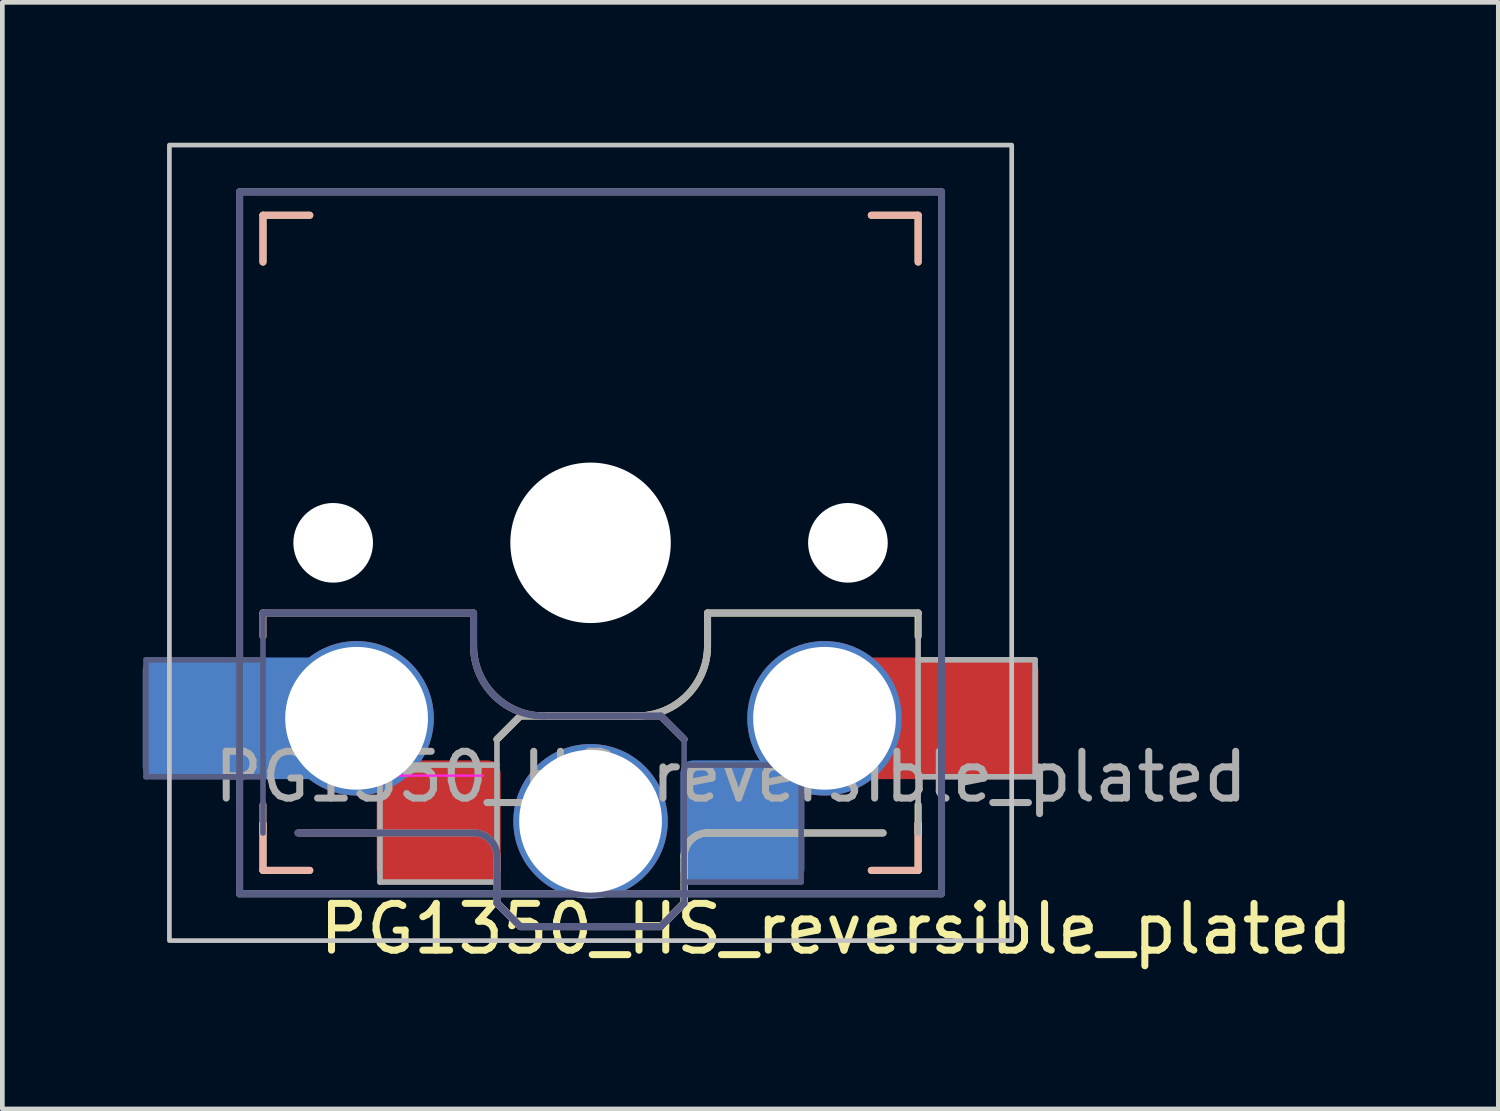
<source format=kicad_pcb>
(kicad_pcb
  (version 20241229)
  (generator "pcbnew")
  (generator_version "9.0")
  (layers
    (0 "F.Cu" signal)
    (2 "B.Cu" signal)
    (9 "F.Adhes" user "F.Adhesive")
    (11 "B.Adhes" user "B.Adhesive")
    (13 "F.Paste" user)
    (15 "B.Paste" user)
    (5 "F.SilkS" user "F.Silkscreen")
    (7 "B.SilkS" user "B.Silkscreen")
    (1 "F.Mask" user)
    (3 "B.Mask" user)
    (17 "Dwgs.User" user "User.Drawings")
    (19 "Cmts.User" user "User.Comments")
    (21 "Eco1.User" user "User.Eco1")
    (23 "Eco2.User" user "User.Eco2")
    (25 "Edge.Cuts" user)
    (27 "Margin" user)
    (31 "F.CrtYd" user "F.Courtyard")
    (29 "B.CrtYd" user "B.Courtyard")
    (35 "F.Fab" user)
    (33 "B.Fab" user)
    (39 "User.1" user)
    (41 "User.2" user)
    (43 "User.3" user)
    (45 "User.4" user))
  (footprint "PG1350_HS_reversible_plated"
    (layer "F.Cu")
    (at 9.57 8.55)
    (property "Reference" "PG1350_HS_reversible_plated" (at 5.25 8.25 0) (layer "F.SilkS") (effects (font (size 1 1) (thickness 0.15))))
    (attr smd)
    (fp_line (start -7 -7) (end -6 -7) (stroke (width 0.15) (type solid)) (layer "F.SilkS"))
    (fp_line (start -7 -6) (end -7 -7) (stroke (width 0.15) (type solid)) (layer "F.SilkS"))
    (fp_line (start -7 7) (end -7 6) (stroke (width 0.15) (type solid)) (layer "F.SilkS"))
    (fp_line (start -6 7) (end -7 7) (stroke (width 0.15) (type solid)) (layer "F.SilkS"))
    (fp_line (start -2 4.2) (end -1.5 3.7) (stroke (width 0.15) (type solid)) (layer "F.SilkS"))
    (fp_line (start -2 7.7) (end -1.5 8.2) (stroke (width 0.15) (type solid)) (layer "F.SilkS"))
    (fp_line (start -1.5 3.7) (end 1 3.7) (stroke (width 0.15) (type solid)) (layer "F.SilkS"))
    (fp_line (start -1.5 8.2) (end 1.5 8.2) (stroke (width 0.15) (type solid)) (layer "F.SilkS"))
    (fp_line (start 1.5 8.2) (end 2 7.7) (stroke (width 0.15) (type solid)) (layer "F.SilkS"))
    (fp_line (start 2 6.7) (end 2 7.7) (stroke (width 0.15) (type solid)) (layer "F.SilkS"))
    (fp_line (start 2.5 1.5) (end 7 1.5) (stroke (width 0.15) (type solid)) (layer "F.SilkS"))
    (fp_line (start 2.5 2.2) (end 2.5 1.5) (stroke (width 0.15) (type solid)) (layer "F.SilkS"))
    (fp_line (start 6 -7) (end 7 -7) (stroke (width 0.15) (type solid)) (layer "F.SilkS"))
    (fp_line (start 6.25 6.2) (end 2.5 6.2) (stroke (width 0.15) (type solid)) (layer "F.SilkS"))
    (fp_line (start 7 -7) (end 7 -6) (stroke (width 0.15) (type solid)) (layer "F.SilkS"))
    (fp_line (start 7 1.5) (end 7 2) (stroke (width 0.15) (type solid)) (layer "F.SilkS"))
    (fp_line (start 7 5.6) (end 7 6.2) (stroke (width 0.15) (type solid)) (layer "F.SilkS"))
    (fp_line (start 7 6) (end 7 7) (stroke (width 0.15) (type solid)) (layer "F.SilkS"))
    (fp_line (start 7 7) (end 6 7) (stroke (width 0.15) (type solid)) (layer "F.SilkS"))
    (fp_arc (start 2 6.7) (mid 2.146447 6.346447) (end 2.5 6.2) (stroke (width 0.15) (type solid)) (layer "F.SilkS"))
    (fp_arc (start 2.5 2.2) (mid 2.06066 3.26066) (end 1 3.7) (stroke (width 0.15) (type solid)) (layer "F.SilkS"))
    (fp_line (start -7 -7) (end -6 -7) (stroke (width 0.15) (type solid)) (layer "B.SilkS"))
    (fp_line (start -7 -6) (end -7 -7) (stroke (width 0.15) (type solid)) (layer "B.SilkS"))
    (fp_line (start -7 1.5) (end -7 2) (stroke (width 0.15) (type solid)) (layer "B.SilkS"))
    (fp_line (start -7 5.6) (end -7 6.2) (stroke (width 0.15) (type solid)) (layer "B.SilkS"))
    (fp_line (start -7 7) (end -7 6) (stroke (width 0.15) (type solid)) (layer "B.SilkS"))
    (fp_line (start -6.25 6.2) (end -2.5 6.2) (stroke (width 0.15) (type solid)) (layer "B.SilkS"))
    (fp_line (start -6 7) (end -7 7) (stroke (width 0.15) (type solid)) (layer "B.SilkS"))
    (fp_line (start -2.5 1.5) (end -7 1.5) (stroke (width 0.15) (type solid)) (layer "B.SilkS"))
    (fp_line (start -2.5 2.2) (end -2.5 1.5) (stroke (width 0.15) (type solid)) (layer "B.SilkS"))
    (fp_line (start -2 6.7) (end -2 7.7) (stroke (width 0.15) (type solid)) (layer "B.SilkS"))
    (fp_line (start -1.5 8.2) (end -2 7.7) (stroke (width 0.15) (type solid)) (layer "B.SilkS"))
    (fp_line (start 1.5 3.7) (end -1 3.7) (stroke (width 0.15) (type solid)) (layer "B.SilkS"))
    (fp_line (start 1.5 8.2) (end -1.5 8.2) (stroke (width 0.15) (type solid)) (layer "B.SilkS"))
    (fp_line (start 2 4.2) (end 1.5 3.7) (stroke (width 0.15) (type solid)) (layer "B.SilkS"))
    (fp_line (start 2 7.7) (end 1.5 8.2) (stroke (width 0.15) (type solid)) (layer "B.SilkS"))
    (fp_line (start 6 -7) (end 7 -7) (stroke (width 0.15) (type solid)) (layer "B.SilkS"))
    (fp_line (start 7 -7) (end 7 -6) (stroke (width 0.15) (type solid)) (layer "B.SilkS"))
    (fp_line (start 7 6) (end 7 7) (stroke (width 0.15) (type solid)) (layer "B.SilkS"))
    (fp_line (start 7 7) (end 6 7) (stroke (width 0.15) (type solid)) (layer "B.SilkS"))
    (fp_arc (start -2.5 6.2) (mid -2.146447 6.346447) (end -2 6.7) (stroke (width 0.15) (type solid)) (layer "B.SilkS"))
    (fp_arc (start -1 3.7) (mid -2.06066 3.26066) (end -2.5 2.2) (stroke (width 0.15) (type solid)) (layer "B.SilkS"))
    (fp_rect (start -9 -8.5) (end 9 8.5) (stroke (width 0.1) (type default)) (fill no) (layer "Dwgs.User"))
    (fp_line (start -6.9 6.9) (end -6.9 -6.9) (stroke (width 0.15) (type solid)) (layer "Eco2.User"))
    (fp_line (start -6.9 6.9) (end 6.9 6.9) (stroke (width 0.15) (type solid)) (layer "Eco2.User"))
    (fp_line (start -2.6 -3.1) (end -2.6 -6.3) (stroke (width 0.15) (type solid)) (layer "Eco2.User"))
    (fp_line (start -2.6 -3.1) (end 2.6 -3.1) (stroke (width 0.15) (type solid)) (layer "Eco2.User"))
    (fp_line (start 2.6 -6.3) (end -2.6 -6.3) (stroke (width 0.15) (type solid)) (layer "Eco2.User"))
    (fp_line (start 2.6 -3.1) (end 2.6 -6.3) (stroke (width 0.15) (type solid)) (layer "Eco2.User"))
    (fp_line (start 6.9 -6.9) (end -6.9 -6.9) (stroke (width 0.15) (type solid)) (layer "Eco2.User"))
    (fp_line (start 6.9 -6.9) (end 6.9 6.9) (stroke (width 0.15) (type solid)) (layer "Eco2.User"))
    (fp_line (start -4.104 4.975) (end -2.3 4.975) (stroke (width 0.05) (type solid)) (layer "F.CrtYd"))
    (fp_line (start -9.5 2.5) (end -7 2.5) (stroke (width 0.12) (type solid)) (layer "B.Fab"))
    (fp_line (start -9.5 5) (end -9.5 2.5) (stroke (width 0.12) (type solid)) (layer "B.Fab"))
    (fp_line (start -7.5 -7.5) (end 7.5 -7.5) (stroke (width 0.15) (type solid)) (layer "B.Fab"))
    (fp_line (start -7.5 7.5) (end -7.5 -7.5) (stroke (width 0.15) (type solid)) (layer "B.Fab"))
    (fp_line (start -7 1.5) (end -7 6.2) (stroke (width 0.12) (type solid)) (layer "B.Fab"))
    (fp_line (start -7 5) (end -9.5 5) (stroke (width 0.12) (type solid)) (layer "B.Fab"))
    (fp_line (start -6.25 6.2) (end -2.5 6.2) (stroke (width 0.15) (type solid)) (layer "B.Fab"))
    (fp_line (start -2.5 1.5) (end -7 1.5) (stroke (width 0.15) (type solid)) (layer "B.Fab"))
    (fp_line (start -2.5 2.2) (end -2.5 1.5) (stroke (width 0.15) (type solid)) (layer "B.Fab"))
    (fp_line (start -2 6.7) (end -2 7.7) (stroke (width 0.15) (type solid)) (layer "B.Fab"))
    (fp_line (start -1.5 8.2) (end -2 7.7) (stroke (width 0.15) (type solid)) (layer "B.Fab"))
    (fp_line (start 1.5 3.7) (end -1 3.7) (stroke (width 0.15) (type solid)) (layer "B.Fab"))
    (fp_line (start 1.5 8.2) (end -1.5 8.2) (stroke (width 0.15) (type solid)) (layer "B.Fab"))
    (fp_line (start 2 4.2) (end 1.5 3.7) (stroke (width 0.15) (type solid)) (layer "B.Fab"))
    (fp_line (start 2 4.25) (end 2 7.7) (stroke (width 0.12) (type solid)) (layer "B.Fab"))
    (fp_line (start 2 4.75) (end 4.5 4.75) (stroke (width 0.12) (type solid)) (layer "B.Fab"))
    (fp_line (start 2 7.7) (end 1.5 8.2) (stroke (width 0.15) (type solid)) (layer "B.Fab"))
    (fp_line (start 4.5 4.75) (end 4.5 7.25) (stroke (width 0.12) (type solid)) (layer "B.Fab"))
    (fp_line (start 4.5 7.25) (end 2 7.25) (stroke (width 0.12) (type solid)) (layer "B.Fab"))
    (fp_line (start 7.5 -7.5) (end 7.5 7.5) (stroke (width 0.15) (type solid)) (layer "B.Fab"))
    (fp_line (start 7.5 7.5) (end -7.5 7.5) (stroke (width 0.15) (type solid)) (layer "B.Fab"))
    (fp_arc (start -2.5 6.2) (mid -2.146447 6.346447) (end -2 6.7) (stroke (width 0.15) (type solid)) (layer "B.Fab"))
    (fp_arc (start -1 3.7) (mid -2.06066 3.26066) (end -2.5 2.2) (stroke (width 0.15) (type solid)) (layer "B.Fab"))
    (fp_line (start -7.5 -7.5) (end 7.5 -7.5) (stroke (width 0.15) (type solid)) (layer "F.Fab"))
    (fp_line (start -7.5 7.5) (end -7.5 -7.5) (stroke (width 0.15) (type solid)) (layer "F.Fab"))
    (fp_line (start -4.5 4.75) (end -4.5 7.25) (stroke (width 0.12) (type solid)) (layer "F.Fab"))
    (fp_line (start -4.5 7.25) (end -2 7.25) (stroke (width 0.12) (type solid)) (layer "F.Fab"))
    (fp_line (start -2 4.2) (end -1.5 3.7) (stroke (width 0.15) (type solid)) (layer "F.Fab"))
    (fp_line (start -2 4.25) (end -2 7.7) (stroke (width 0.12) (type solid)) (layer "F.Fab"))
    (fp_line (start -2 4.75) (end -4.5 4.75) (stroke (width 0.12) (type solid)) (layer "F.Fab"))
    (fp_line (start -2 7.7) (end -1.5 8.2) (stroke (width 0.15) (type solid)) (layer "F.Fab"))
    (fp_line (start -1.5 3.7) (end 1 3.7) (stroke (width 0.15) (type solid)) (layer "F.Fab"))
    (fp_line (start -1.5 8.2) (end 1.5 8.2) (stroke (width 0.15) (type solid)) (layer "F.Fab"))
    (fp_line (start 1.5 8.2) (end 2 7.7) (stroke (width 0.15) (type solid)) (layer "F.Fab"))
    (fp_line (start 2 6.7) (end 2 7.7) (stroke (width 0.15) (type solid)) (layer "F.Fab"))
    (fp_line (start 2.5 1.5) (end 7 1.5) (stroke (width 0.15) (type solid)) (layer "F.Fab"))
    (fp_line (start 2.5 2.2) (end 2.5 1.5) (stroke (width 0.15) (type solid)) (layer "F.Fab"))
    (fp_line (start 6.25 6.2) (end 2.5 6.2) (stroke (width 0.15) (type solid)) (layer "F.Fab"))
    (fp_line (start 7 1.5) (end 7 6.2) (stroke (width 0.12) (type solid)) (layer "F.Fab"))
    (fp_line (start 7 5) (end 9.5 5) (stroke (width 0.12) (type solid)) (layer "F.Fab"))
    (fp_line (start 7.5 -7.5) (end 7.5 7.5) (stroke (width 0.15) (type solid)) (layer "F.Fab"))
    (fp_line (start 7.5 7.5) (end -7.5 7.5) (stroke (width 0.15) (type solid)) (layer "F.Fab"))
    (fp_line (start 9.5 2.5) (end 7 2.5) (stroke (width 0.12) (type solid)) (layer "F.Fab"))
    (fp_line (start 9.5 5) (end 9.5 2.5) (stroke (width 0.12) (type solid)) (layer "F.Fab"))
    (fp_arc (start 2 6.7) (mid 2.146447 6.346447) (end 2.5 6.2) (stroke (width 0.15) (type solid)) (layer "F.Fab"))
    (fp_arc (start 2.5 2.2) (mid 2.06066 3.26066) (end 1 3.7) (stroke (width 0.15) (type solid)) (layer "F.Fab"))
    (fp_text user "${REFERENCE}" (at 3 5 180) (layer "F.Fab") (effects (font (size 1 1) (thickness 0.15))))
    (pad "" np_thru_hole circle (at -5.5 0) (size 1.702 1.702) (drill 1.702) (layers "*.Cu" "*.Mask"))
    (pad "" np_thru_hole circle (at 0 0) (size 3.429 3.429) (drill 3.429) (layers "*.Cu" "*.Mask"))
    (pad "" thru_hole circle (at 0 5.95) (size 3.3 3.3) (drill 3.05) (layers "*.Cu" "*.Mask"))
    (pad "" np_thru_hole circle (at 5.5 0) (size 1.702 1.702) (drill 1.702) (layers "*.Cu" "*.Mask"))
    (pad "1" smd roundrect (at 3.245 5.95) (size 2.65 2.6) (layers "B.Cu" "B.Mask" "B.Paste") (roundrect_rratio 0.1))
    (pad "1" thru_hole circle (at 5 3.75) (size 3.3 3.3) (drill 3.05) (layers "*.Cu" "F.Mask"))
    (pad "1" smd rect (at 6.55 3.75) (size 1.2 2.6) (layers "F.Cu"))
    (pad "1" smd roundrect (at 8.245 3.75) (size 2.65 2.6) (layers "F.Cu" "F.Mask" "F.Paste") (roundrect_rratio 0.1))
    (pad "2" smd roundrect (at -8.245 3.75) (size 2.65 2.6) (layers "B.Cu" "B.Mask" "B.Paste") (roundrect_rratio 0.1))
    (pad "2" smd rect (at -6.55 3.75) (size 1.2 2.6) (layers "B.Cu"))
    (pad "2" thru_hole circle (at -5 3.75) (size 3.3 3.3) (drill 3.05) (layers "*.Cu" "B.Mask"))
    (pad "2" smd roundrect (at -3.245 5.95) (size 2.65 2.6) (layers "F.Cu" "F.Mask" "F.Paste") (roundrect_rratio 0.1)))
  (gr_rect
    (start -3 -3)
    (end 28.969 20.648)
    (stroke (width 0.1) (type default))
    (fill no)
    (layer "Edge.Cuts")))
</source>
